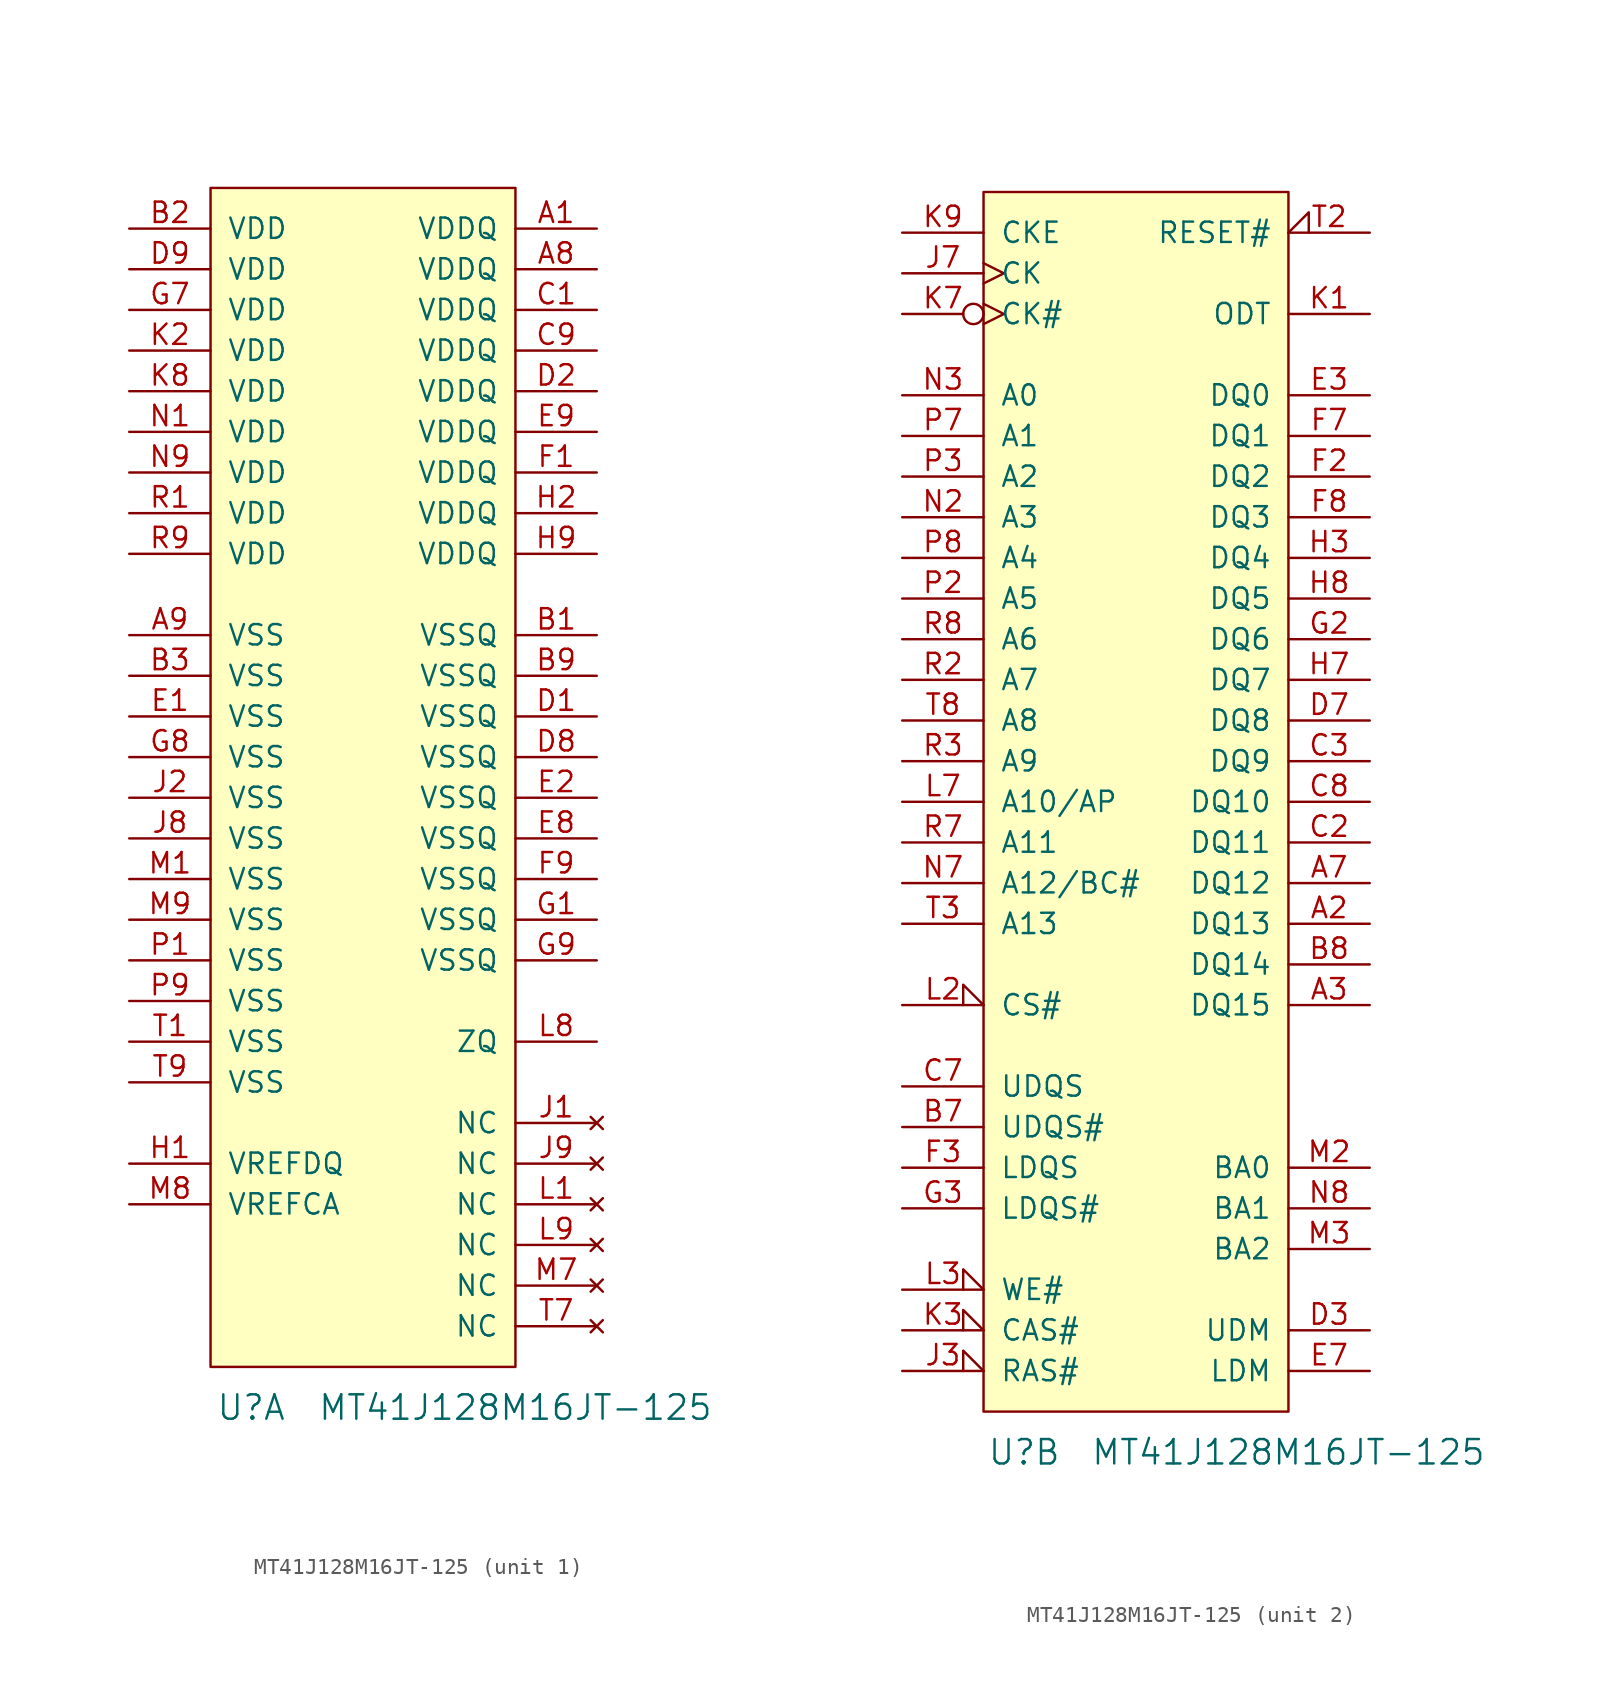
<source format=kicad_sym>
(kicad_symbol_lib
  (version 20211014)
  (generator kicad_symbol_editor)
  (symbol "MT41J128M16JT-125"
    (pin_names
      (offset 1.016))
    (property "Reference" "U"
      (at 2.54 -2.54 0)
      (effects (font (size 1.524 1.524))))
    (property "Value" "MT41J128M16JT-125"
      (at 19.05 -2.54 0)
      (effects (font (size 1.524 1.524))))
    (property "Footprint" ""
      (at 0 5.08 0)
      (effects (font (size 1.524 1.524))))
    (property "Datasheet" ""
      (at 0 5.08 0)
      (effects (font (size 1.524 1.524))))
    (property "ki_locked" ""
      (at 0 0 0)
      (effects (font (size 1.27 1.27))))
    (symbol "MT41J128M16JT-125_1_1"
      (rectangle (start 0 0) (end 19.05 73.66) (stroke (width 0) (type default) (color 0 0 0 0)) (fill (type background)))
      (pin power_in line (at 24.13 71.12 180) (length 5.08) (name "VDDQ" (effects (font (size 1.27 1.27)))) (number "A1" (effects (font (size 1.27 1.27)))))
      (pin power_in line (at 24.13 68.58 180) (length 5.08) (name "VDDQ" (effects (font (size 1.27 1.27)))) (number "A8" (effects (font (size 1.27 1.27)))))
      (pin power_in line (at -5.08 45.72 0) (length 5.08) (name "VSS" (effects (font (size 1.27 1.27)))) (number "A9" (effects (font (size 1.27 1.27)))))
      (pin power_in line (at 24.13 45.72 180) (length 5.08) (name "VSSQ" (effects (font (size 1.27 1.27)))) (number "B1" (effects (font (size 1.27 1.27)))))
      (pin power_in line (at -5.08 71.12 0) (length 5.08) (name "VDD" (effects (font (size 1.27 1.27)))) (number "B2" (effects (font (size 1.27 1.27)))))
      (pin power_in line (at -5.08 43.18 0) (length 5.08) (name "VSS" (effects (font (size 1.27 1.27)))) (number "B3" (effects (font (size 1.27 1.27)))))
      (pin power_in line (at 24.13 43.18 180) (length 5.08) (name "VSSQ" (effects (font (size 1.27 1.27)))) (number "B9" (effects (font (size 1.27 1.27)))))
      (pin power_in line (at 24.13 66.04 180) (length 5.08) (name "VDDQ" (effects (font (size 1.27 1.27)))) (number "C1" (effects (font (size 1.27 1.27)))))
      (pin power_in line (at 24.13 63.5 180) (length 5.08) (name "VDDQ" (effects (font (size 1.27 1.27)))) (number "C9" (effects (font (size 1.27 1.27)))))
      (pin power_in line (at 24.13 40.64 180) (length 5.08) (name "VSSQ" (effects (font (size 1.27 1.27)))) (number "D1" (effects (font (size 1.27 1.27)))))
      (pin power_in line (at 24.13 60.96 180) (length 5.08) (name "VDDQ" (effects (font (size 1.27 1.27)))) (number "D2" (effects (font (size 1.27 1.27)))))
      (pin power_in line (at 24.13 38.1 180) (length 5.08) (name "VSSQ" (effects (font (size 1.27 1.27)))) (number "D8" (effects (font (size 1.27 1.27)))))
      (pin power_in line (at -5.08 68.58 0) (length 5.08) (name "VDD" (effects (font (size 1.27 1.27)))) (number "D9" (effects (font (size 1.27 1.27)))))
      (pin power_in line (at -5.08 40.64 0) (length 5.08) (name "VSS" (effects (font (size 1.27 1.27)))) (number "E1" (effects (font (size 1.27 1.27)))))
      (pin power_in line (at 24.13 35.56 180) (length 5.08) (name "VSSQ" (effects (font (size 1.27 1.27)))) (number "E2" (effects (font (size 1.27 1.27)))))
      (pin power_in line (at 24.13 33.02 180) (length 5.08) (name "VSSQ" (effects (font (size 1.27 1.27)))) (number "E8" (effects (font (size 1.27 1.27)))))
      (pin power_in line (at 24.13 58.42 180) (length 5.08) (name "VDDQ" (effects (font (size 1.27 1.27)))) (number "E9" (effects (font (size 1.27 1.27)))))
      (pin power_in line (at 24.13 55.88 180) (length 5.08) (name "VDDQ" (effects (font (size 1.27 1.27)))) (number "F1" (effects (font (size 1.27 1.27)))))
      (pin power_in line (at 24.13 30.48 180) (length 5.08) (name "VSSQ" (effects (font (size 1.27 1.27)))) (number "F9" (effects (font (size 1.27 1.27)))))
      (pin power_in line (at 24.13 27.94 180) (length 5.08) (name "VSSQ" (effects (font (size 1.27 1.27)))) (number "G1" (effects (font (size 1.27 1.27)))))
      (pin power_in line (at -5.08 66.04 0) (length 5.08) (name "VDD" (effects (font (size 1.27 1.27)))) (number "G7" (effects (font (size 1.27 1.27)))))
      (pin power_in line (at -5.08 38.1 0) (length 5.08) (name "VSS" (effects (font (size 1.27 1.27)))) (number "G8" (effects (font (size 1.27 1.27)))))
      (pin power_in line (at 24.13 25.4 180) (length 5.08) (name "VSSQ" (effects (font (size 1.27 1.27)))) (number "G9" (effects (font (size 1.27 1.27)))))
      (pin power_in line (at -5.08 12.7 0) (length 5.08) (name "VREFDQ" (effects (font (size 1.27 1.27)))) (number "H1" (effects (font (size 1.27 1.27)))))
      (pin power_in line (at 24.13 53.34 180) (length 5.08) (name "VDDQ" (effects (font (size 1.27 1.27)))) (number "H2" (effects (font (size 1.27 1.27)))))
      (pin power_in line (at 24.13 50.8 180) (length 5.08) (name "VDDQ" (effects (font (size 1.27 1.27)))) (number "H9" (effects (font (size 1.27 1.27)))))
      (pin no_connect line (at 24.13 15.24 180) (length 5.08) (name "NC" (effects (font (size 1.27 1.27)))) (number "J1" (effects (font (size 1.27 1.27)))))
      (pin power_in line (at -5.08 35.56 0) (length 5.08) (name "VSS" (effects (font (size 1.27 1.27)))) (number "J2" (effects (font (size 1.27 1.27)))))
      (pin power_in line (at -5.08 33.02 0) (length 5.08) (name "VSS" (effects (font (size 1.27 1.27)))) (number "J8" (effects (font (size 1.27 1.27)))))
      (pin no_connect line (at 24.13 12.7 180) (length 5.08) (name "NC" (effects (font (size 1.27 1.27)))) (number "J9" (effects (font (size 1.27 1.27)))))
      (pin power_in line (at -5.08 63.5 0) (length 5.08) (name "VDD" (effects (font (size 1.27 1.27)))) (number "K2" (effects (font (size 1.27 1.27)))))
      (pin power_in line (at -5.08 60.96 0) (length 5.08) (name "VDD" (effects (font (size 1.27 1.27)))) (number "K8" (effects (font (size 1.27 1.27)))))
      (pin no_connect line (at 24.13 10.16 180) (length 5.08) (name "NC" (effects (font (size 1.27 1.27)))) (number "L1" (effects (font (size 1.27 1.27)))))
      (pin bidirectional line (at 24.13 20.32 180) (length 5.08) (name "ZQ" (effects (font (size 1.27 1.27)))) (number "L8" (effects (font (size 1.27 1.27)))))
      (pin no_connect line (at 24.13 7.62 180) (length 5.08) (name "NC" (effects (font (size 1.27 1.27)))) (number "L9" (effects (font (size 1.27 1.27)))))
      (pin power_in line (at -5.08 30.48 0) (length 5.08) (name "VSS" (effects (font (size 1.27 1.27)))) (number "M1" (effects (font (size 1.27 1.27)))))
      (pin no_connect line (at 24.13 5.08 180) (length 5.08) (name "NC" (effects (font (size 1.27 1.27)))) (number "M7" (effects (font (size 1.27 1.27)))))
      (pin power_in line (at -5.08 10.16 0) (length 5.08) (name "VREFCA" (effects (font (size 1.27 1.27)))) (number "M8" (effects (font (size 1.27 1.27)))))
      (pin power_in line (at -5.08 27.94 0) (length 5.08) (name "VSS" (effects (font (size 1.27 1.27)))) (number "M9" (effects (font (size 1.27 1.27)))))
      (pin power_in line (at -5.08 58.42 0) (length 5.08) (name "VDD" (effects (font (size 1.27 1.27)))) (number "N1" (effects (font (size 1.27 1.27)))))
      (pin power_in line (at -5.08 55.88 0) (length 5.08) (name "VDD" (effects (font (size 1.27 1.27)))) (number "N9" (effects (font (size 1.27 1.27)))))
      (pin power_in line (at -5.08 25.4 0) (length 5.08) (name "VSS" (effects (font (size 1.27 1.27)))) (number "P1" (effects (font (size 1.27 1.27)))))
      (pin power_in line (at -5.08 22.86 0) (length 5.08) (name "VSS" (effects (font (size 1.27 1.27)))) (number "P9" (effects (font (size 1.27 1.27)))))
      (pin power_in line (at -5.08 53.34 0) (length 5.08) (name "VDD" (effects (font (size 1.27 1.27)))) (number "R1" (effects (font (size 1.27 1.27)))))
      (pin power_in line (at -5.08 50.8 0) (length 5.08) (name "VDD" (effects (font (size 1.27 1.27)))) (number "R9" (effects (font (size 1.27 1.27)))))
      (pin power_in line (at -5.08 20.32 0) (length 5.08) (name "VSS" (effects (font (size 1.27 1.27)))) (number "T1" (effects (font (size 1.27 1.27)))))
      (pin no_connect line (at 24.13 2.54 180) (length 5.08) (name "NC" (effects (font (size 1.27 1.27)))) (number "T7" (effects (font (size 1.27 1.27)))))
      (pin power_in line (at -5.08 17.78 0) (length 5.08) (name "VSS" (effects (font (size 1.27 1.27)))) (number "T9" (effects (font (size 1.27 1.27))))))
    (symbol "MT41J128M16JT-125_2_1"
      (rectangle (start 0 0) (end 19.05 76.2) (stroke (width 0) (type default) (color 0 0 0 0)) (fill (type background)))
      (pin bidirectional line (at 24.13 30.48 180) (length 5.08) (name "DQ13" (effects (font (size 1.27 1.27)))) (number "A2" (effects (font (size 1.27 1.27)))))
      (pin bidirectional line (at 24.13 25.4 180) (length 5.08) (name "DQ15" (effects (font (size 1.27 1.27)))) (number "A3" (effects (font (size 1.27 1.27)))))
      (pin bidirectional line (at 24.13 33.02 180) (length 5.08) (name "DQ12" (effects (font (size 1.27 1.27)))) (number "A7" (effects (font (size 1.27 1.27)))))
      (pin bidirectional line (at -5.08 17.78 0) (length 5.08) (name "UDQS#" (effects (font (size 1.27 1.27)))) (number "B7" (effects (font (size 1.27 1.27)))))
      (pin bidirectional line (at 24.13 27.94 180) (length 5.08) (name "DQ14" (effects (font (size 1.27 1.27)))) (number "B8" (effects (font (size 1.27 1.27)))))
      (pin bidirectional line (at 24.13 35.56 180) (length 5.08) (name "DQ11" (effects (font (size 1.27 1.27)))) (number "C2" (effects (font (size 1.27 1.27)))))
      (pin bidirectional line (at 24.13 40.64 180) (length 5.08) (name "DQ9" (effects (font (size 1.27 1.27)))) (number "C3" (effects (font (size 1.27 1.27)))))
      (pin bidirectional line (at -5.08 20.32 0) (length 5.08) (name "UDQS" (effects (font (size 1.27 1.27)))) (number "C7" (effects (font (size 1.27 1.27)))))
      (pin bidirectional line (at 24.13 38.1 180) (length 5.08) (name "DQ10" (effects (font (size 1.27 1.27)))) (number "C8" (effects (font (size 1.27 1.27)))))
      (pin input line (at 24.13 5.08 180) (length 5.08) (name "UDM" (effects (font (size 1.27 1.27)))) (number "D3" (effects (font (size 1.27 1.27)))))
      (pin bidirectional line (at 24.13 43.18 180) (length 5.08) (name "DQ8" (effects (font (size 1.27 1.27)))) (number "D7" (effects (font (size 1.27 1.27)))))
      (pin bidirectional line (at 24.13 63.5 180) (length 5.08) (name "DQ0" (effects (font (size 1.27 1.27)))) (number "E3" (effects (font (size 1.27 1.27)))))
      (pin input line (at 24.13 2.54 180) (length 5.08) (name "LDM" (effects (font (size 1.27 1.27)))) (number "E7" (effects (font (size 1.27 1.27)))))
      (pin bidirectional line (at 24.13 58.42 180) (length 5.08) (name "DQ2" (effects (font (size 1.27 1.27)))) (number "F2" (effects (font (size 1.27 1.27)))))
      (pin bidirectional line (at -5.08 15.24 0) (length 5.08) (name "LDQS" (effects (font (size 1.27 1.27)))) (number "F3" (effects (font (size 1.27 1.27)))))
      (pin bidirectional line (at 24.13 60.96 180) (length 5.08) (name "DQ1" (effects (font (size 1.27 1.27)))) (number "F7" (effects (font (size 1.27 1.27)))))
      (pin bidirectional line (at 24.13 55.88 180) (length 5.08) (name "DQ3" (effects (font (size 1.27 1.27)))) (number "F8" (effects (font (size 1.27 1.27)))))
      (pin bidirectional line (at 24.13 48.26 180) (length 5.08) (name "DQ6" (effects (font (size 1.27 1.27)))) (number "G2" (effects (font (size 1.27 1.27)))))
      (pin bidirectional line (at -5.08 12.7 0) (length 5.08) (name "LDQS#" (effects (font (size 1.27 1.27)))) (number "G3" (effects (font (size 1.27 1.27)))))
      (pin bidirectional line (at 24.13 53.34 180) (length 5.08) (name "DQ4" (effects (font (size 1.27 1.27)))) (number "H3" (effects (font (size 1.27 1.27)))))
      (pin bidirectional line (at 24.13 45.72 180) (length 5.08) (name "DQ7" (effects (font (size 1.27 1.27)))) (number "H7" (effects (font (size 1.27 1.27)))))
      (pin bidirectional line (at 24.13 50.8 180) (length 5.08) (name "DQ5" (effects (font (size 1.27 1.27)))) (number "H8" (effects (font (size 1.27 1.27)))))
      (pin input input_low (at -5.08 2.54 0) (length 5.08) (name "RAS#" (effects (font (size 1.27 1.27)))) (number "J3" (effects (font (size 1.27 1.27)))))
      (pin input clock (at -5.08 71.12 0) (length 5.08) (name "CK" (effects (font (size 1.27 1.27)))) (number "J7" (effects (font (size 1.27 1.27)))))
      (pin input line (at 24.13 68.58 180) (length 5.08) (name "ODT" (effects (font (size 1.27 1.27)))) (number "K1" (effects (font (size 1.27 1.27)))))
      (pin input input_low (at -5.08 5.08 0) (length 5.08) (name "CAS#" (effects (font (size 1.27 1.27)))) (number "K3" (effects (font (size 1.27 1.27)))))
      (pin input inverted_clock (at -5.08 68.58 0) (length 5.08) (name "CK#" (effects (font (size 1.27 1.27)))) (number "K7" (effects (font (size 1.27 1.27)))))
      (pin input line (at -5.08 73.66 0) (length 5.08) (name "CKE" (effects (font (size 1.27 1.27)))) (number "K9" (effects (font (size 1.27 1.27)))))
      (pin input input_low (at -5.08 25.4 0) (length 5.08) (name "CS#" (effects (font (size 1.27 1.27)))) (number "L2" (effects (font (size 1.27 1.27)))))
      (pin input input_low (at -5.08 7.62 0) (length 5.08) (name "WE#" (effects (font (size 1.27 1.27)))) (number "L3" (effects (font (size 1.27 1.27)))))
      (pin input line (at -5.08 38.1 0) (length 5.08) (name "A10/AP" (effects (font (size 1.27 1.27)))) (number "L7" (effects (font (size 1.27 1.27)))))
      (pin input line (at 24.13 15.24 180) (length 5.08) (name "BA0" (effects (font (size 1.27 1.27)))) (number "M2" (effects (font (size 1.27 1.27)))))
      (pin input line (at 24.13 10.16 180) (length 5.08) (name "BA2" (effects (font (size 1.27 1.27)))) (number "M3" (effects (font (size 1.27 1.27)))))
      (pin input line (at -5.08 55.88 0) (length 5.08) (name "A3" (effects (font (size 1.27 1.27)))) (number "N2" (effects (font (size 1.27 1.27)))))
      (pin input line (at -5.08 63.5 0) (length 5.08) (name "A0" (effects (font (size 1.27 1.27)))) (number "N3" (effects (font (size 1.27 1.27)))))
      (pin input line (at -5.08 33.02 0) (length 5.08) (name "A12/BC#" (effects (font (size 1.27 1.27)))) (number "N7" (effects (font (size 1.27 1.27)))))
      (pin input line (at 24.13 12.7 180) (length 5.08) (name "BA1" (effects (font (size 1.27 1.27)))) (number "N8" (effects (font (size 1.27 1.27)))))
      (pin input line (at -5.08 50.8 0) (length 5.08) (name "A5" (effects (font (size 1.27 1.27)))) (number "P2" (effects (font (size 1.27 1.27)))))
      (pin input line (at -5.08 58.42 0) (length 5.08) (name "A2" (effects (font (size 1.27 1.27)))) (number "P3" (effects (font (size 1.27 1.27)))))
      (pin input line (at -5.08 60.96 0) (length 5.08) (name "A1" (effects (font (size 1.27 1.27)))) (number "P7" (effects (font (size 1.27 1.27)))))
      (pin input line (at -5.08 53.34 0) (length 5.08) (name "A4" (effects (font (size 1.27 1.27)))) (number "P8" (effects (font (size 1.27 1.27)))))
      (pin input line (at -5.08 45.72 0) (length 5.08) (name "A7" (effects (font (size 1.27 1.27)))) (number "R2" (effects (font (size 1.27 1.27)))))
      (pin input line (at -5.08 40.64 0) (length 5.08) (name "A9" (effects (font (size 1.27 1.27)))) (number "R3" (effects (font (size 1.27 1.27)))))
      (pin input line (at -5.08 35.56 0) (length 5.08) (name "A11" (effects (font (size 1.27 1.27)))) (number "R7" (effects (font (size 1.27 1.27)))))
      (pin input line (at -5.08 48.26 0) (length 5.08) (name "A6" (effects (font (size 1.27 1.27)))) (number "R8" (effects (font (size 1.27 1.27)))))
      (pin input input_low (at 24.13 73.66 180) (length 5.08) (name "RESET#" (effects (font (size 1.27 1.27)))) (number "T2" (effects (font (size 1.27 1.27)))))
      (pin input line (at -5.08 30.48 0) (length 5.08) (name "A13" (effects (font (size 1.27 1.27)))) (number "T3" (effects (font (size 1.27 1.27)))))
      (pin input line (at -5.08 43.18 0) (length 5.08) (name "A8" (effects (font (size 1.27 1.27)))) (number "T8" (effects (font (size 1.27 1.27))))))))
</source>
